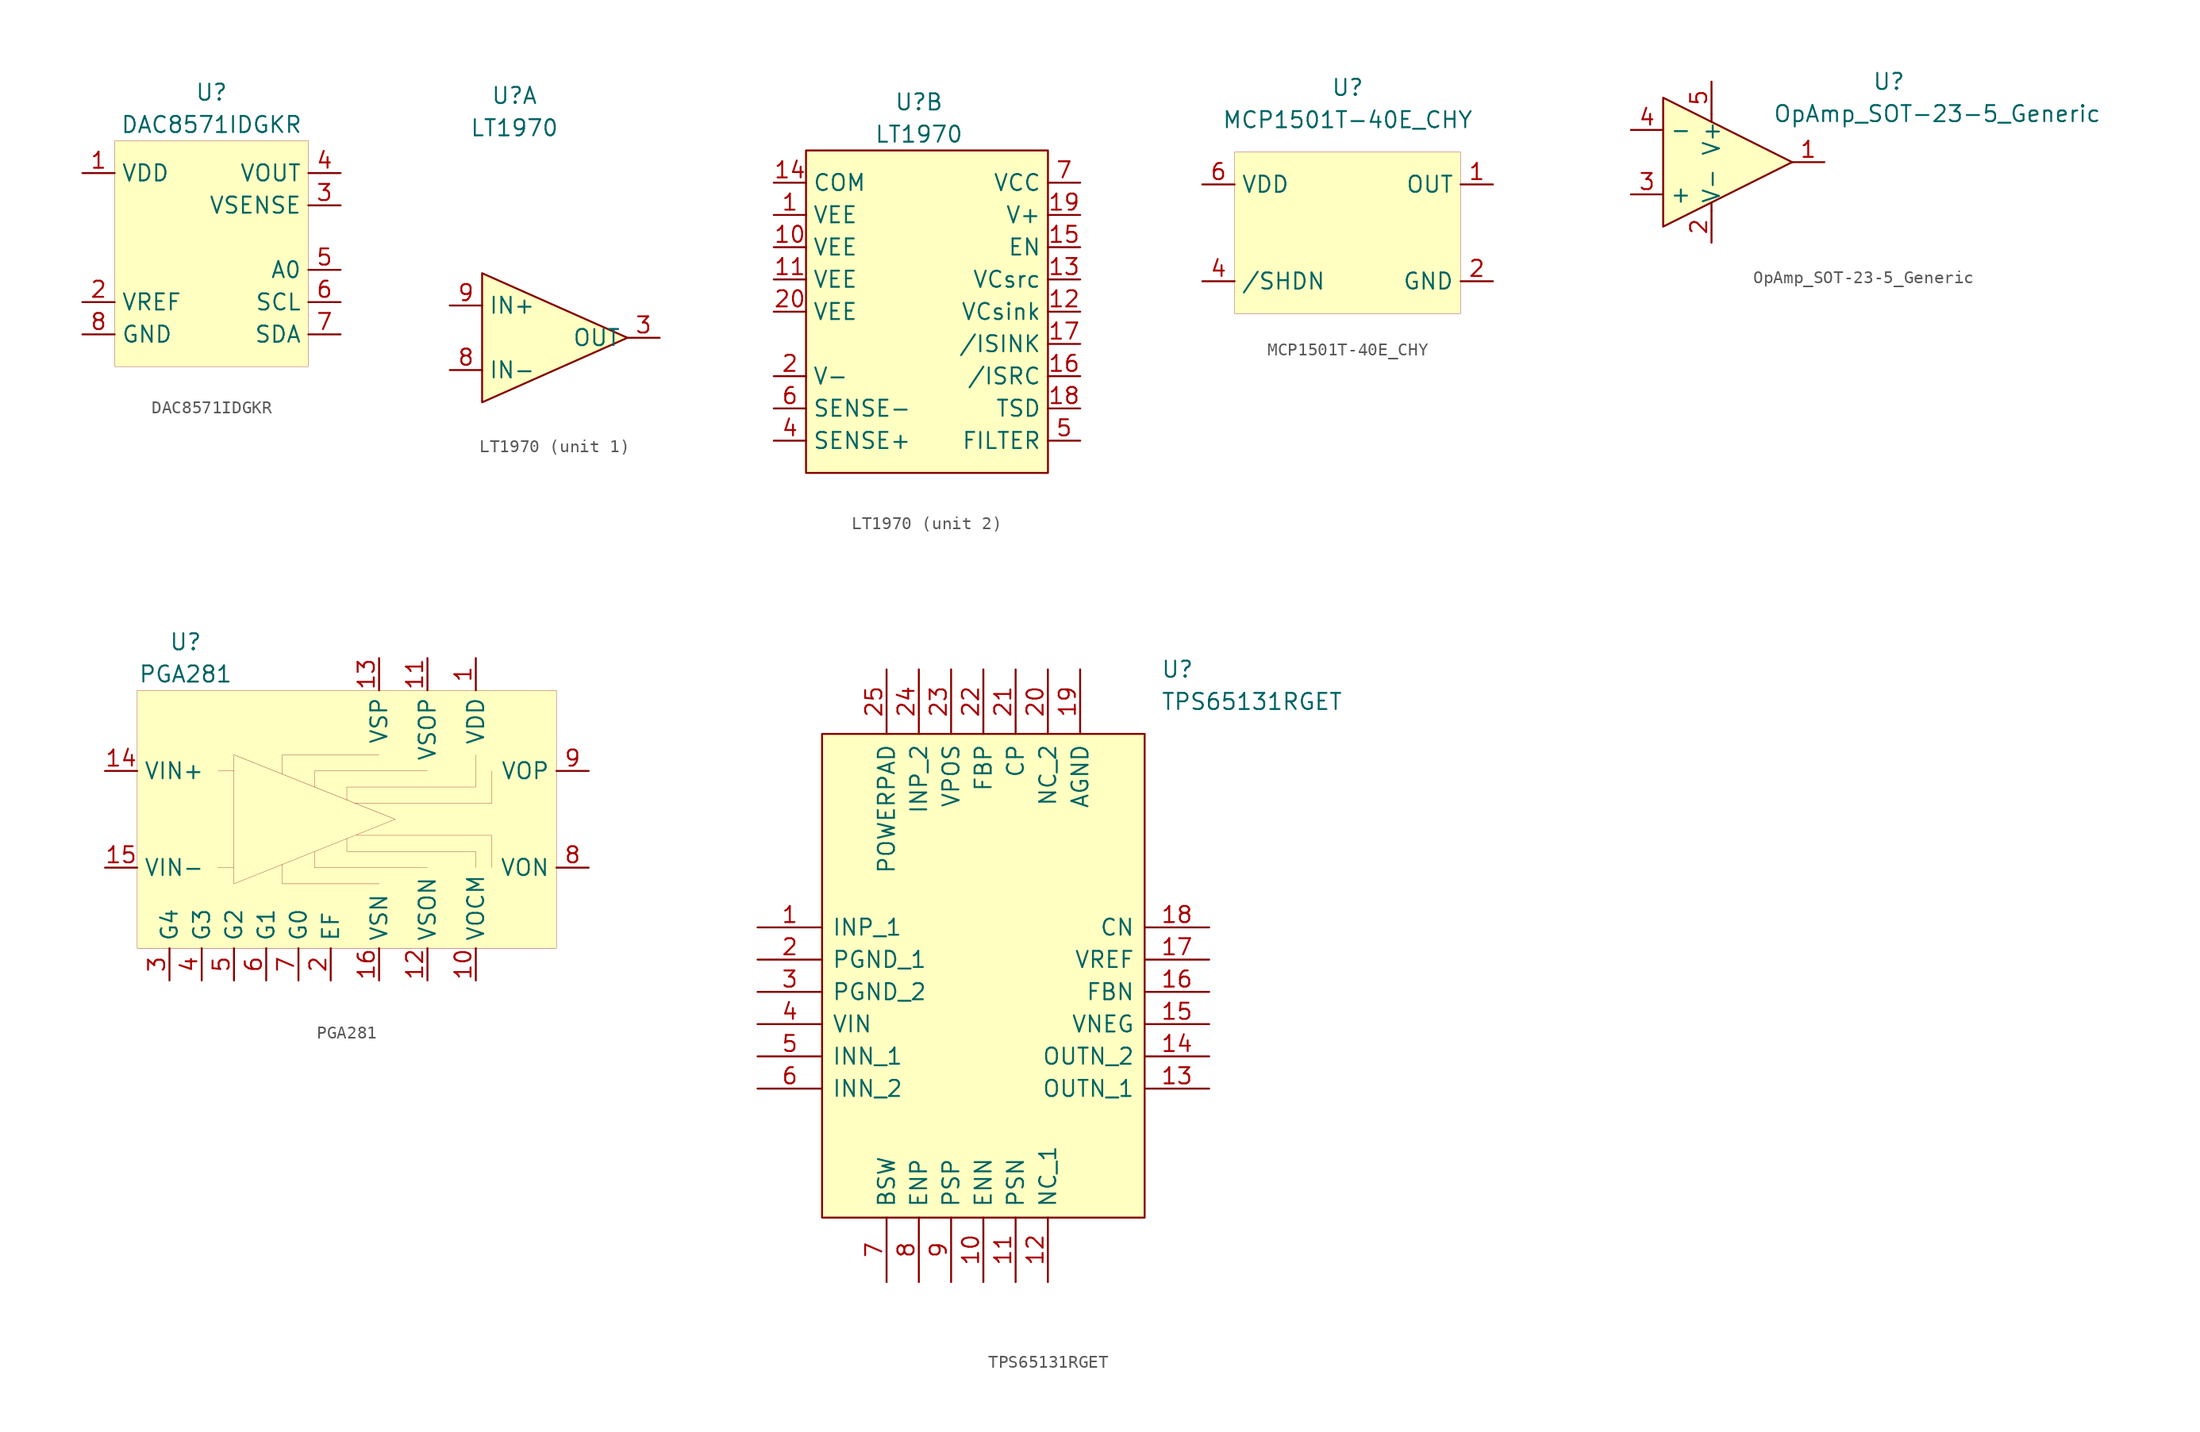
<source format=kicad_sym>
(kicad_symbol_lib
  (version 20201005)
  (generator kicad_symbol_editor)
  (symbol "uSMU_v10:DAC8571IDGKR"
    (property "Reference" "U"
      (at 0 6.35 0)
      (effects (font (size 1.27 1.27))))
    (property "Value" "DAC8571IDGKR"
      (at 0 3.81 0)
      (effects (font (size 1.27 1.27))))
    (symbol "DAC8571IDGKR_0_1"
      (rectangle (start -7.62 2.54) (end 7.62 -15.24) (stroke (width 0.001)) (fill (type background))))
    (symbol "DAC8571IDGKR_1_1"
      (pin power_in line (at -10.16 0 0) (length 2.54) (name "VDD" (effects (font (size 1.27 1.27)))) (number "1" (effects (font (size 1.27 1.27)))))
      (pin input line (at -10.16 -10.16 0) (length 2.54) (name "VREF" (effects (font (size 1.27 1.27)))) (number "2" (effects (font (size 1.27 1.27)))))
      (pin input line (at 10.16 -2.54 180) (length 2.54) (name "VSENSE" (effects (font (size 1.27 1.27)))) (number "3" (effects (font (size 1.27 1.27)))))
      (pin output line (at 10.16 0 180) (length 2.54) (name "VOUT" (effects (font (size 1.27 1.27)))) (number "4" (effects (font (size 1.27 1.27)))))
      (pin input line (at 10.16 -7.62 180) (length 2.54) (name "A0" (effects (font (size 1.27 1.27)))) (number "5" (effects (font (size 1.27 1.27)))))
      (pin input line (at 10.16 -10.16 180) (length 2.54) (name "SCL" (effects (font (size 1.27 1.27)))) (number "6" (effects (font (size 1.27 1.27)))))
      (pin bidirectional line (at 10.16 -12.7 180) (length 2.54) (name "SDA" (effects (font (size 1.27 1.27)))) (number "7" (effects (font (size 1.27 1.27)))))
      (pin power_in line (at -10.16 -12.7 0) (length 2.54) (name "GND" (effects (font (size 1.27 1.27)))) (number "8" (effects (font (size 1.27 1.27)))))))
  (symbol "uSMU_v10:LT1970"
    (property "Reference" "U"
      (at -1.27 19.05 0)
      (effects (font (size 1.27 1.27))))
    (property "Value" "LT1970"
      (at -1.27 16.51 0)
      (effects (font (size 1.27 1.27))))
    (property "ki_locked" ""
      (at 0 0 0)
      (effects (font (size 1.27 1.27))))
    (symbol "LT1970_1_1"
      (polyline (pts (xy 7.62 0) (xy -3.81 5.08) (xy -3.81 -5.08) (xy 7.62 0)) (stroke (width 0)) (fill (type background)))
      (pin input line (at 10.16 0 180) (length 2.54) (name "OUT" (effects (font (size 1.27 1.27)))) (number "3" (effects (font (size 1.27 1.27)))))
      (pin input line (at -6.35 -2.54 0) (length 2.54) (name "IN-" (effects (font (size 1.27 1.27)))) (number "8" (effects (font (size 1.27 1.27)))))
      (pin input line (at -6.35 2.54 0) (length 2.54) (name "IN+" (effects (font (size 1.27 1.27)))) (number "9" (effects (font (size 1.27 1.27))))))
    (symbol "LT1970_2_1"
      (rectangle (start -10.16 15.24) (end 8.89 -10.16) (stroke (width 0)) (fill (type background)))
      (pin input line (at -12.7 10.16 0) (length 2.54) (name "VEE" (effects (font (size 1.27 1.27)))) (number "1" (effects (font (size 1.27 1.27)))))
      (pin input line (at -12.7 7.62 0) (length 2.54) (name "VEE" (effects (font (size 1.27 1.27)))) (number "10" (effects (font (size 1.27 1.27)))))
      (pin input line (at -12.7 5.08 0) (length 2.54) (name "VEE" (effects (font (size 1.27 1.27)))) (number "11" (effects (font (size 1.27 1.27)))))
      (pin input line (at 11.43 2.54 180) (length 2.54) (name "VCsink" (effects (font (size 1.27 1.27)))) (number "12" (effects (font (size 1.27 1.27)))))
      (pin input line (at 11.43 5.08 180) (length 2.54) (name "VCsrc" (effects (font (size 1.27 1.27)))) (number "13" (effects (font (size 1.27 1.27)))))
      (pin input line (at -12.7 12.7 0) (length 2.54) (name "COM" (effects (font (size 1.27 1.27)))) (number "14" (effects (font (size 1.27 1.27)))))
      (pin input line (at 11.43 7.62 180) (length 2.54) (name "EN" (effects (font (size 1.27 1.27)))) (number "15" (effects (font (size 1.27 1.27)))))
      (pin input line (at 11.43 -2.54 180) (length 2.54) (name "/ISRC" (effects (font (size 1.27 1.27)))) (number "16" (effects (font (size 1.27 1.27)))))
      (pin input line (at 11.43 0 180) (length 2.54) (name "/ISINK" (effects (font (size 1.27 1.27)))) (number "17" (effects (font (size 1.27 1.27)))))
      (pin input line (at 11.43 -5.08 180) (length 2.54) (name "TSD" (effects (font (size 1.27 1.27)))) (number "18" (effects (font (size 1.27 1.27)))))
      (pin input line (at 11.43 10.16 180) (length 2.54) (name "V+" (effects (font (size 1.27 1.27)))) (number "19" (effects (font (size 1.27 1.27)))))
      (pin input line (at -12.7 -2.54 0) (length 2.54) (name "V-" (effects (font (size 1.27 1.27)))) (number "2" (effects (font (size 1.27 1.27)))))
      (pin input line (at -12.7 2.54 0) (length 2.54) (name "VEE" (effects (font (size 1.27 1.27)))) (number "20" (effects (font (size 1.27 1.27)))))
      (pin input line (at -12.7 2.54 0) (length 2.54) hide (name "VEE" (effects (font (size 1.27 1.27)))) (number "21" (effects (font (size 1.27 1.27)))))
      (pin input line (at -12.7 -7.62 0) (length 2.54) (name "SENSE+" (effects (font (size 1.27 1.27)))) (number "4" (effects (font (size 1.27 1.27)))))
      (pin input line (at 11.43 -7.62 180) (length 2.54) (name "FILTER" (effects (font (size 1.27 1.27)))) (number "5" (effects (font (size 1.27 1.27)))))
      (pin input line (at -12.7 -5.08 0) (length 2.54) (name "SENSE-" (effects (font (size 1.27 1.27)))) (number "6" (effects (font (size 1.27 1.27)))))
      (pin input line (at 11.43 12.7 180) (length 2.54) (name "VCC" (effects (font (size 1.27 1.27)))) (number "7" (effects (font (size 1.27 1.27)))))))
  (symbol "uSMU_v10:MCP1501T-40E_CHY"
    (property "Reference" "U"
      (at 0 5.08 0)
      (effects (font (size 1.27 1.27))))
    (property "Value" "MCP1501T-40E_CHY"
      (at 0 2.54 0)
      (effects (font (size 1.27 1.27))))
    (symbol "MCP1501T-40E_CHY_0_1"
      (rectangle (start -8.89 0) (end 8.89 -12.7) (stroke (width 0.001)) (fill (type background))))
    (symbol "MCP1501T-40E_CHY_1_1"
      (pin input line (at 11.43 -2.54 180) (length 2.54) (name "OUT" (effects (font (size 1.27 1.27)))) (number "1" (effects (font (size 1.27 1.27)))))
      (pin input line (at 11.43 -10.16 180) (length 2.54) (name "GND" (effects (font (size 1.27 1.27)))) (number "2" (effects (font (size 1.27 1.27)))))
      (pin input line (at 11.43 -10.16 180) (length 2.54) hide (name "GND" (effects (font (size 1.27 1.27)))) (number "3" (effects (font (size 1.27 1.27)))))
      (pin input line (at -11.43 -10.16 0) (length 2.54) (name "/SHDN" (effects (font (size 1.27 1.27)))) (number "4" (effects (font (size 1.27 1.27)))))
      (pin input line (at 11.43 -10.16 180) (length 2.54) hide (name "GND" (effects (font (size 1.27 1.27)))) (number "5" (effects (font (size 1.27 1.27)))))
      (pin input line (at -11.43 -2.54 0) (length 2.54) (name "VDD" (effects (font (size 1.27 1.27)))) (number "6" (effects (font (size 1.27 1.27)))))))
  (symbol "uSMU_v10:OpAmp_SOT-23-5_Generic"
    (property "Reference" "U"
      (at 13.97 6.35 0)
      (effects (font (size 1.27 1.27))))
    (property "Value" "OpAmp_SOT-23-5_Generic"
      (at 17.78 3.81 0)
      (effects (font (size 1.27 1.27))))
    (symbol "OpAmp_SOT-23-5_Generic_0_1"
      (polyline (pts (xy 0 -3.175) (xy 0 -3.81)) (stroke (width 0.152)) (fill (type none)))
      (polyline (pts (xy 0 3.81) (xy 0 3.175)) (stroke (width 0.152)) (fill (type none))))
    (symbol "OpAmp_SOT-23-5_Generic_1_1"
      (polyline (pts (xy 6.35 0) (xy -3.81 5.08) (xy -3.81 -5.08) (xy 6.35 0)) (stroke (width 0)) (fill (type background)))
      (pin input line (at 8.89 0 180) (length 2.54) (name "~" (effects (font (size 1.27 1.27)))) (number "1" (effects (font (size 1.27 1.27)))))
      (pin input line (at 0 -6.35 90) (length 2.54) (name "V-" (effects (font (size 1.27 1.27)))) (number "2" (effects (font (size 1.27 1.27)))))
      (pin input line (at -6.35 -2.54 0) (length 2.54) (name "+" (effects (font (size 1.27 1.27)))) (number "3" (effects (font (size 1.27 1.27)))))
      (pin input line (at -6.35 2.54 0) (length 2.54) (name "-" (effects (font (size 1.27 1.27)))) (number "4" (effects (font (size 1.27 1.27)))))
      (pin input line (at 0 6.35 270) (length 2.54) (name "V+" (effects (font (size 1.27 1.27)))) (number "5" (effects (font (size 1.27 1.27)))))))
  (symbol "uSMU_v10:PGA281"
    (property "Reference" "U"
      (at -12.7 13.97 0)
      (effects (font (size 1.27 1.27))))
    (property "Value" "PGA281"
      (at -12.7 11.43 0)
      (effects (font (size 1.27 1.27))))
    (symbol "PGA281_0_1"
      (rectangle (start -16.51 10.16) (end 16.51 -10.16) (stroke (width 0.001)) (fill (type background)))
      (polyline (pts (xy -10.16 -3.81) (xy -8.89 -3.81)) (stroke (width 0.001)) (fill (type none)))
      (polyline (pts (xy -10.16 3.81) (xy -8.89 3.81)) (stroke (width 0.001)) (fill (type none)))
      (polyline (pts (xy 2.54 -5.08) (xy -5.08 -5.08) (xy -5.08 -3.556)) (stroke (width 0.001)) (fill (type none)))
      (polyline (pts (xy 2.54 5.08) (xy -5.08 5.08) (xy -5.08 3.556)) (stroke (width 0.001)) (fill (type none)))
      (polyline (pts (xy 6.35 -3.81) (xy -2.54 -3.81) (xy -2.54 -2.54)) (stroke (width 0.001)) (fill (type none)))
      (polyline (pts (xy 11.43 -3.81) (xy 11.43 -1.27) (xy 0.762 -1.27)) (stroke (width 0.001)) (fill (type none)))
      (polyline (pts (xy 11.43 3.81) (xy 11.43 1.27) (xy 0.635 1.27)) (stroke (width 0.001)) (fill (type none)))
      (polyline (pts (xy -8.89 5.08) (xy -8.89 -5.08) (xy 3.81 0) (xy -8.89 5.08)) (stroke (width 0.001)) (fill (type none)))
      (polyline (pts (xy 6.35 3.81) (xy 6.35 3.81) (xy -2.54 3.81) (xy -2.54 2.54)) (stroke (width 0.001)) (fill (type none)))
      (polyline (pts (xy 10.16 -3.81) (xy 10.16 -2.54) (xy 0 -2.54) (xy 0 -1.524)) (stroke (width 0.001)) (fill (type none)))
      (polyline (pts (xy 10.16 5.08) (xy 10.16 2.54) (xy 0 2.54) (xy 0 1.524)) (stroke (width 0.001)) (fill (type none))))
    (symbol "PGA281_1_1"
      (pin power_in line (at 10.16 12.7 270) (length 2.54) (name "VDD" (effects (font (size 1.27 1.27)))) (number "1" (effects (font (size 1.27 1.27)))))
      (pin input line (at 10.16 -12.7 90) (length 2.54) (name "VOCM" (effects (font (size 1.27 1.27)))) (number "10" (effects (font (size 1.27 1.27)))))
      (pin power_in line (at 6.35 12.7 270) (length 2.54) (name "VSOP" (effects (font (size 1.27 1.27)))) (number "11" (effects (font (size 1.27 1.27)))))
      (pin power_in line (at 6.35 -12.7 90) (length 2.54) (name "VSON" (effects (font (size 1.27 1.27)))) (number "12" (effects (font (size 1.27 1.27)))))
      (pin power_in line (at 2.54 12.7 270) (length 2.54) (name "VSP" (effects (font (size 1.27 1.27)))) (number "13" (effects (font (size 1.27 1.27)))))
      (pin input line (at -19.05 3.81 0) (length 2.54) (name "VIN+" (effects (font (size 1.27 1.27)))) (number "14" (effects (font (size 1.27 1.27)))))
      (pin input line (at -19.05 -3.81 0) (length 2.54) (name "VIN-" (effects (font (size 1.27 1.27)))) (number "15" (effects (font (size 1.27 1.27)))))
      (pin power_in line (at 2.54 -12.7 90) (length 2.54) (name "VSN" (effects (font (size 1.27 1.27)))) (number "16" (effects (font (size 1.27 1.27)))))
      (pin input line (at -1.27 -12.7 90) (length 2.54) (name "EF" (effects (font (size 1.27 1.27)))) (number "2" (effects (font (size 1.27 1.27)))))
      (pin input line (at -13.97 -12.7 90) (length 2.54) (name "G4" (effects (font (size 1.27 1.27)))) (number "3" (effects (font (size 1.27 1.27)))))
      (pin input line (at -11.43 -12.7 90) (length 2.54) (name "G3" (effects (font (size 1.27 1.27)))) (number "4" (effects (font (size 1.27 1.27)))))
      (pin input line (at -8.89 -12.7 90) (length 2.54) (name "G2" (effects (font (size 1.27 1.27)))) (number "5" (effects (font (size 1.27 1.27)))))
      (pin input line (at -6.35 -12.7 90) (length 2.54) (name "G1" (effects (font (size 1.27 1.27)))) (number "6" (effects (font (size 1.27 1.27)))))
      (pin input line (at -3.81 -12.7 90) (length 2.54) (name "G0" (effects (font (size 1.27 1.27)))) (number "7" (effects (font (size 1.27 1.27)))))
      (pin output line (at 19.05 -3.81 180) (length 2.54) (name "VON" (effects (font (size 1.27 1.27)))) (number "8" (effects (font (size 1.27 1.27)))))
      (pin output line (at 19.05 3.81 180) (length 2.54) (name "VOP" (effects (font (size 1.27 1.27)))) (number "9" (effects (font (size 1.27 1.27)))))))
  (symbol "uSMU_v10:TPS65131RGET"
    (pin_names
      (offset 0.762))
    (property "Reference" "U"
      (at 31.75 20.32 0)
      (effects (font (size 1.27 1.27)) (justify left)))
    (property "Value" "TPS65131RGET"
      (at 31.75 17.78 0)
      (effects (font (size 1.27 1.27)) (justify left)))
    (symbol "TPS65131RGET_0_0"
      (pin passive line (at 0 0 0) (length 5.08) (name "INP_1" (effects (font (size 1.27 1.27)))) (number "1" (effects (font (size 1.27 1.27)))))
      (pin passive line (at 17.78 -27.94 90) (length 5.08) (name "ENN" (effects (font (size 1.27 1.27)))) (number "10" (effects (font (size 1.27 1.27)))))
      (pin passive line (at 20.32 -27.94 90) (length 5.08) (name "PSN" (effects (font (size 1.27 1.27)))) (number "11" (effects (font (size 1.27 1.27)))))
      (pin passive line (at 22.86 -27.94 90) (length 5.08) (name "NC_1" (effects (font (size 1.27 1.27)))) (number "12" (effects (font (size 1.27 1.27)))))
      (pin passive line (at 35.56 -12.7 180) (length 5.08) (name "OUTN_1" (effects (font (size 1.27 1.27)))) (number "13" (effects (font (size 1.27 1.27)))))
      (pin passive line (at 35.56 -10.16 180) (length 5.08) (name "OUTN_2" (effects (font (size 1.27 1.27)))) (number "14" (effects (font (size 1.27 1.27)))))
      (pin passive line (at 35.56 -7.62 180) (length 5.08) (name "VNEG" (effects (font (size 1.27 1.27)))) (number "15" (effects (font (size 1.27 1.27)))))
      (pin passive line (at 35.56 -5.08 180) (length 5.08) (name "FBN" (effects (font (size 1.27 1.27)))) (number "16" (effects (font (size 1.27 1.27)))))
      (pin passive line (at 35.56 -2.54 180) (length 5.08) (name "VREF" (effects (font (size 1.27 1.27)))) (number "17" (effects (font (size 1.27 1.27)))))
      (pin passive line (at 35.56 0 180) (length 5.08) (name "CN" (effects (font (size 1.27 1.27)))) (number "18" (effects (font (size 1.27 1.27)))))
      (pin passive line (at 25.4 20.32 270) (length 5.08) (name "AGND" (effects (font (size 1.27 1.27)))) (number "19" (effects (font (size 1.27 1.27)))))
      (pin passive line (at 0 -2.54 0) (length 5.08) (name "PGND_1" (effects (font (size 1.27 1.27)))) (number "2" (effects (font (size 1.27 1.27)))))
      (pin passive line (at 22.86 20.32 270) (length 5.08) (name "NC_2" (effects (font (size 1.27 1.27)))) (number "20" (effects (font (size 1.27 1.27)))))
      (pin passive line (at 20.32 20.32 270) (length 5.08) (name "CP" (effects (font (size 1.27 1.27)))) (number "21" (effects (font (size 1.27 1.27)))))
      (pin passive line (at 17.78 20.32 270) (length 5.08) (name "FBP" (effects (font (size 1.27 1.27)))) (number "22" (effects (font (size 1.27 1.27)))))
      (pin passive line (at 15.24 20.32 270) (length 5.08) (name "VPOS" (effects (font (size 1.27 1.27)))) (number "23" (effects (font (size 1.27 1.27)))))
      (pin passive line (at 12.7 20.32 270) (length 5.08) (name "INP_2" (effects (font (size 1.27 1.27)))) (number "24" (effects (font (size 1.27 1.27)))))
      (pin passive line (at 10.16 20.32 270) (length 5.08) (name "POWERPAD" (effects (font (size 1.27 1.27)))) (number "25" (effects (font (size 1.27 1.27)))))
      (pin passive line (at 0 -5.08 0) (length 5.08) (name "PGND_2" (effects (font (size 1.27 1.27)))) (number "3" (effects (font (size 1.27 1.27)))))
      (pin passive line (at 0 -7.62 0) (length 5.08) (name "VIN" (effects (font (size 1.27 1.27)))) (number "4" (effects (font (size 1.27 1.27)))))
      (pin passive line (at 0 -10.16 0) (length 5.08) (name "INN_1" (effects (font (size 1.27 1.27)))) (number "5" (effects (font (size 1.27 1.27)))))
      (pin passive line (at 0 -12.7 0) (length 5.08) (name "INN_2" (effects (font (size 1.27 1.27)))) (number "6" (effects (font (size 1.27 1.27)))))
      (pin passive line (at 10.16 -27.94 90) (length 5.08) (name "BSW" (effects (font (size 1.27 1.27)))) (number "7" (effects (font (size 1.27 1.27)))))
      (pin passive line (at 12.7 -27.94 90) (length 5.08) (name "ENP" (effects (font (size 1.27 1.27)))) (number "8" (effects (font (size 1.27 1.27)))))
      (pin passive line (at 15.24 -27.94 90) (length 5.08) (name "PSP" (effects (font (size 1.27 1.27)))) (number "9" (effects (font (size 1.27 1.27))))))
    (symbol "TPS65131RGET_0_1"
      (polyline (pts (xy 5.08 15.24) (xy 30.48 15.24) (xy 30.48 -22.86) (xy 5.08 -22.86) (xy 5.08 15.24)) (stroke (width 0.152)) (fill (type background))))))
</source>
